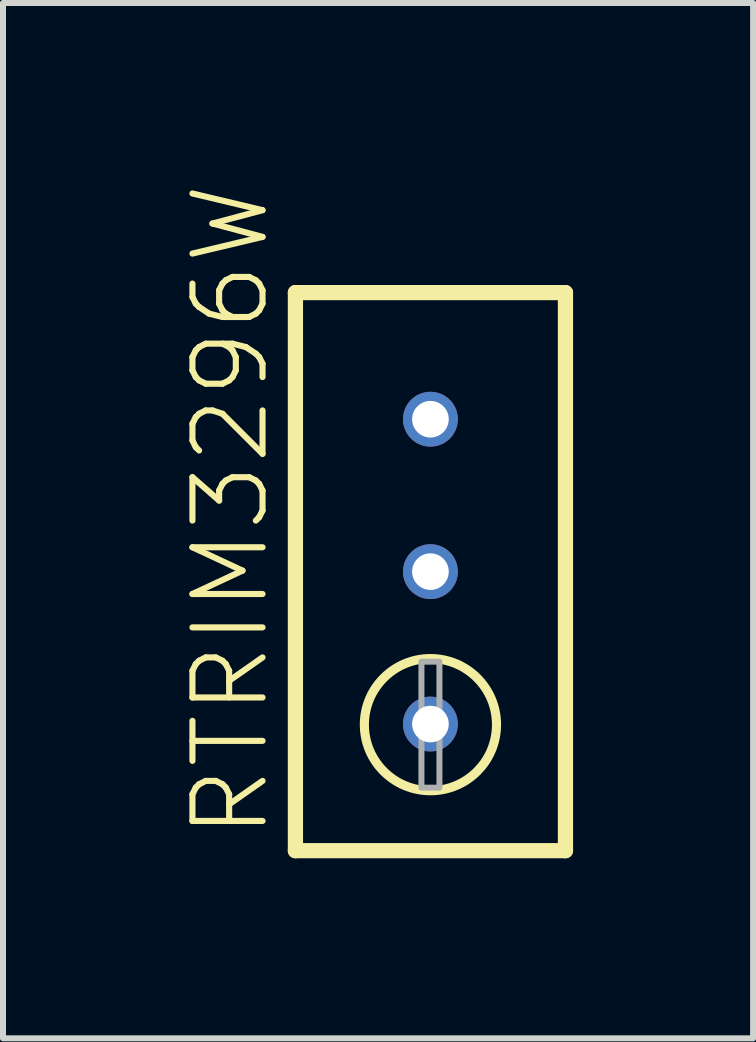
<source format=kicad_pcb>
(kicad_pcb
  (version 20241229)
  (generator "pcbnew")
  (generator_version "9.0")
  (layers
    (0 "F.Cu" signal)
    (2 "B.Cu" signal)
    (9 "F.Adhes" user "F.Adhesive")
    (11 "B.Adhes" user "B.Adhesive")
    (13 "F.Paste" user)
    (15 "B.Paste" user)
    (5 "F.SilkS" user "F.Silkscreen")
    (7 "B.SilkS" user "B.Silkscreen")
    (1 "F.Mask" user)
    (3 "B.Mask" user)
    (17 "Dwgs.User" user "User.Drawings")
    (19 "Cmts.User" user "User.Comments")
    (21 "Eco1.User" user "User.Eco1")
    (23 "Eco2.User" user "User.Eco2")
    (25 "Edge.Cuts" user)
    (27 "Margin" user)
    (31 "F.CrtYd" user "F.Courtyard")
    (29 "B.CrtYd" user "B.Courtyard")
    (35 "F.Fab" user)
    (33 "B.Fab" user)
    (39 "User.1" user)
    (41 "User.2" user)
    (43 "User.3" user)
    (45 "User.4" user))
  (footprint "RTRIM3296W"
    (layer "F.Cu")
    (at 4.123 6.476)
    (property "Reference" "RTRIM3296W" (at -2.65 4.5 90) (unlocked yes) (layer "F.SilkS") (effects (font (size 1.168 1.168) (thickness 0.102)) (justify left bottom)))
    (fp_line (start -2.25 -4.65) (end 2.25 -4.65) (stroke (width 0.254) (type solid)) (layer "F.SilkS"))
    (fp_line (start -2.25 4.65) (end -2.25 -4.65) (stroke (width 0.254) (type solid)) (layer "F.SilkS"))
    (fp_line (start 2.25 -4.65) (end 2.25 4.65) (stroke (width 0.254) (type solid)) (layer "F.SilkS"))
    (fp_line (start 2.25 4.65) (end -2.25 4.65) (stroke (width 0.254) (type solid)) (layer "F.SilkS"))
    (fp_circle (center 0 2.55) (end 1.101 2.55) (stroke (width 0.152) (type solid)) (fill no) (layer "F.SilkS"))
    (fp_poly (pts (xy -0.15 3.6) (xy 0.15 3.6) (xy 0.15 1.5) (xy -0.15 1.5)) (stroke (width 0.1) (type default)) (fill no) (layer "F.Fab"))
    (pad "1" thru_hole circle (at 0 2.54) (size 0.914 0.914) (drill 0.61) (layers "*.Cu" "*.Mask"))
    (pad "2" thru_hole circle (at 0 0) (size 0.914 0.914) (drill 0.61) (layers "*.Cu" "*.Mask"))
    (pad "3" thru_hole circle (at 0 -2.54) (size 0.914 0.914) (drill 0.61) (layers "*.Cu" "*.Mask")))
  (gr_rect
    (start -3 -3)
    (end 9.5 14.253)
    (stroke (width 0.1) (type default))
    (fill no)
    (layer "Edge.Cuts")))
</source>
